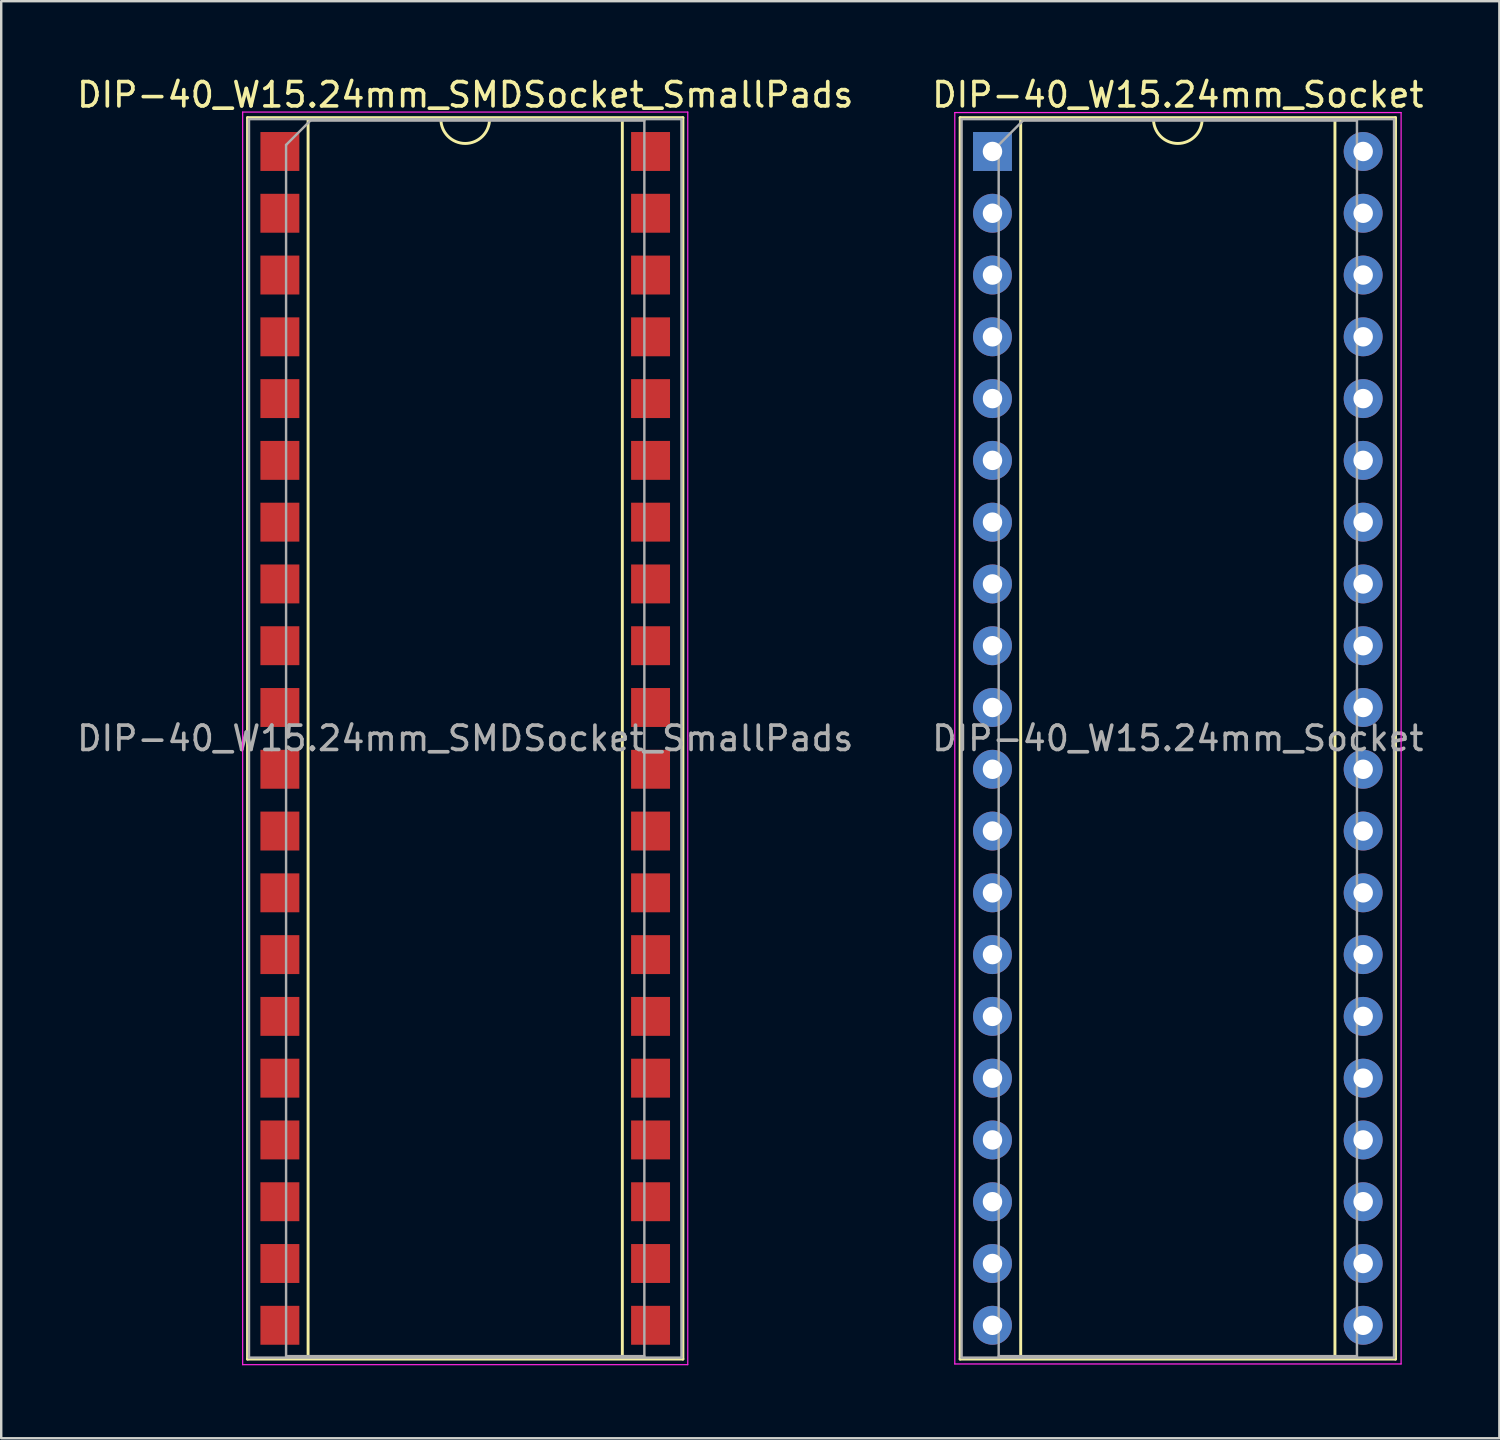
<source format=kicad_pcb>
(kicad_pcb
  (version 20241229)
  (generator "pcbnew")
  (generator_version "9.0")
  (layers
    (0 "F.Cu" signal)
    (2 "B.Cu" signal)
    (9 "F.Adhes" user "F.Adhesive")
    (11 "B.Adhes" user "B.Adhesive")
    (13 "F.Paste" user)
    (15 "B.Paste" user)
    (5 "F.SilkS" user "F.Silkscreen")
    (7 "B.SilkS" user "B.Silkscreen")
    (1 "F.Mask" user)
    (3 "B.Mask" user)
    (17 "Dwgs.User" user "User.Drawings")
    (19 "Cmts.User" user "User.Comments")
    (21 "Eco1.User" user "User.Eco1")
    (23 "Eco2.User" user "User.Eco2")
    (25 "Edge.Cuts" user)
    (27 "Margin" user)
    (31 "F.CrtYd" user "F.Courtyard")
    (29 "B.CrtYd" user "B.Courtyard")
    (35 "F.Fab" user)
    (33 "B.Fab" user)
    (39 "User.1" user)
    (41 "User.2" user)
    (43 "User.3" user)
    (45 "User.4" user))
  (footprint "DIP-40_W15.24mm_SMDSocket_SmallPads"
    (layer "F.Cu")
    (at 16.077 27.308)
    (property "Reference" "DIP-40_W15.24mm_SMDSocket_SmallPads" (at 0 -26.46 0) (layer "F.SilkS") (effects (font (size 1 1) (thickness 0.15))))
    (attr smd)
    (fp_line (start -8.95 -25.52) (end -8.95 25.52) (stroke (width 0.12) (type solid)) (layer "F.SilkS"))
    (fp_line (start -8.95 25.52) (end 8.95 25.52) (stroke (width 0.12) (type solid)) (layer "F.SilkS"))
    (fp_line (start -6.46 -25.46) (end -6.46 25.46) (stroke (width 0.12) (type solid)) (layer "F.SilkS"))
    (fp_line (start -6.46 25.46) (end 6.46 25.46) (stroke (width 0.12) (type solid)) (layer "F.SilkS"))
    (fp_line (start -1 -25.46) (end -6.46 -25.46) (stroke (width 0.12) (type solid)) (layer "F.SilkS"))
    (fp_line (start 6.46 -25.46) (end 1 -25.46) (stroke (width 0.12) (type solid)) (layer "F.SilkS"))
    (fp_line (start 6.46 25.46) (end 6.46 -25.46) (stroke (width 0.12) (type solid)) (layer "F.SilkS"))
    (fp_line (start 8.95 -25.52) (end -8.95 -25.52) (stroke (width 0.12) (type solid)) (layer "F.SilkS"))
    (fp_line (start 8.95 25.52) (end 8.95 -25.52) (stroke (width 0.12) (type solid)) (layer "F.SilkS"))
    (fp_arc (start 1 -25.46) (mid 0 -24.46) (end -1 -25.46) (stroke (width 0.12) (type solid)) (layer "F.SilkS"))
    (fp_line (start -9.15 -25.75) (end -9.15 25.75) (stroke (width 0.05) (type solid)) (layer "F.CrtYd"))
    (fp_line (start -9.15 25.75) (end 9.15 25.75) (stroke (width 0.05) (type solid)) (layer "F.CrtYd"))
    (fp_line (start 9.15 -25.75) (end -9.15 -25.75) (stroke (width 0.05) (type solid)) (layer "F.CrtYd"))
    (fp_line (start 9.15 25.75) (end 9.15 -25.75) (stroke (width 0.05) (type solid)) (layer "F.CrtYd"))
    (fp_line (start -8.89 -25.46) (end -8.89 25.46) (stroke (width 0.1) (type solid)) (layer "F.Fab"))
    (fp_line (start -8.89 25.46) (end 8.89 25.46) (stroke (width 0.1) (type solid)) (layer "F.Fab"))
    (fp_line (start -7.365 -24.4) (end -6.365 -25.4) (stroke (width 0.1) (type solid)) (layer "F.Fab"))
    (fp_line (start -7.365 25.4) (end -7.365 -24.4) (stroke (width 0.1) (type solid)) (layer "F.Fab"))
    (fp_line (start -6.365 -25.4) (end 7.365 -25.4) (stroke (width 0.1) (type solid)) (layer "F.Fab"))
    (fp_line (start 7.365 -25.4) (end 7.365 25.4) (stroke (width 0.1) (type solid)) (layer "F.Fab"))
    (fp_line (start 7.365 25.4) (end -7.365 25.4) (stroke (width 0.1) (type solid)) (layer "F.Fab"))
    (fp_line (start 8.89 -25.46) (end -8.89 -25.46) (stroke (width 0.1) (type solid)) (layer "F.Fab"))
    (fp_line (start 8.89 25.46) (end 8.89 -25.46) (stroke (width 0.1) (type solid)) (layer "F.Fab"))
    (fp_text user "${REFERENCE}" (at 0 0 0) (layer "F.Fab") (effects (font (size 1 1) (thickness 0.15))))
    (pad "1" smd rect (at -7.62 -24.13) (size 1.6 1.6) (layers "F.Cu" "F.Mask" "F.Paste"))
    (pad "2" smd rect (at -7.62 -21.59) (size 1.6 1.6) (layers "F.Cu" "F.Mask" "F.Paste"))
    (pad "3" smd rect (at -7.62 -19.05) (size 1.6 1.6) (layers "F.Cu" "F.Mask" "F.Paste"))
    (pad "4" smd rect (at -7.62 -16.51) (size 1.6 1.6) (layers "F.Cu" "F.Mask" "F.Paste"))
    (pad "5" smd rect (at -7.62 -13.97) (size 1.6 1.6) (layers "F.Cu" "F.Mask" "F.Paste"))
    (pad "6" smd rect (at -7.62 -11.43) (size 1.6 1.6) (layers "F.Cu" "F.Mask" "F.Paste"))
    (pad "7" smd rect (at -7.62 -8.89) (size 1.6 1.6) (layers "F.Cu" "F.Mask" "F.Paste"))
    (pad "8" smd rect (at -7.62 -6.35) (size 1.6 1.6) (layers "F.Cu" "F.Mask" "F.Paste"))
    (pad "9" smd rect (at -7.62 -3.81) (size 1.6 1.6) (layers "F.Cu" "F.Mask" "F.Paste"))
    (pad "10" smd rect (at -7.62 -1.27) (size 1.6 1.6) (layers "F.Cu" "F.Mask" "F.Paste"))
    (pad "11" smd rect (at -7.62 1.27) (size 1.6 1.6) (layers "F.Cu" "F.Mask" "F.Paste"))
    (pad "12" smd rect (at -7.62 3.81) (size 1.6 1.6) (layers "F.Cu" "F.Mask" "F.Paste"))
    (pad "13" smd rect (at -7.62 6.35) (size 1.6 1.6) (layers "F.Cu" "F.Mask" "F.Paste"))
    (pad "14" smd rect (at -7.62 8.89) (size 1.6 1.6) (layers "F.Cu" "F.Mask" "F.Paste"))
    (pad "15" smd rect (at -7.62 11.43) (size 1.6 1.6) (layers "F.Cu" "F.Mask" "F.Paste"))
    (pad "16" smd rect (at -7.62 13.97) (size 1.6 1.6) (layers "F.Cu" "F.Mask" "F.Paste"))
    (pad "17" smd rect (at -7.62 16.51) (size 1.6 1.6) (layers "F.Cu" "F.Mask" "F.Paste"))
    (pad "18" smd rect (at -7.62 19.05) (size 1.6 1.6) (layers "F.Cu" "F.Mask" "F.Paste"))
    (pad "19" smd rect (at -7.62 21.59) (size 1.6 1.6) (layers "F.Cu" "F.Mask" "F.Paste"))
    (pad "20" smd rect (at -7.62 24.13) (size 1.6 1.6) (layers "F.Cu" "F.Mask" "F.Paste"))
    (pad "21" smd rect (at 7.62 24.13) (size 1.6 1.6) (layers "F.Cu" "F.Mask" "F.Paste"))
    (pad "22" smd rect (at 7.62 21.59) (size 1.6 1.6) (layers "F.Cu" "F.Mask" "F.Paste"))
    (pad "23" smd rect (at 7.62 19.05) (size 1.6 1.6) (layers "F.Cu" "F.Mask" "F.Paste"))
    (pad "24" smd rect (at 7.62 16.51) (size 1.6 1.6) (layers "F.Cu" "F.Mask" "F.Paste"))
    (pad "25" smd rect (at 7.62 13.97) (size 1.6 1.6) (layers "F.Cu" "F.Mask" "F.Paste"))
    (pad "26" smd rect (at 7.62 11.43) (size 1.6 1.6) (layers "F.Cu" "F.Mask" "F.Paste"))
    (pad "27" smd rect (at 7.62 8.89) (size 1.6 1.6) (layers "F.Cu" "F.Mask" "F.Paste"))
    (pad "28" smd rect (at 7.62 6.35) (size 1.6 1.6) (layers "F.Cu" "F.Mask" "F.Paste"))
    (pad "29" smd rect (at 7.62 3.81) (size 1.6 1.6) (layers "F.Cu" "F.Mask" "F.Paste"))
    (pad "30" smd rect (at 7.62 1.27) (size 1.6 1.6) (layers "F.Cu" "F.Mask" "F.Paste"))
    (pad "31" smd rect (at 7.62 -1.27) (size 1.6 1.6) (layers "F.Cu" "F.Mask" "F.Paste"))
    (pad "32" smd rect (at 7.62 -3.81) (size 1.6 1.6) (layers "F.Cu" "F.Mask" "F.Paste"))
    (pad "33" smd rect (at 7.62 -6.35) (size 1.6 1.6) (layers "F.Cu" "F.Mask" "F.Paste"))
    (pad "34" smd rect (at 7.62 -8.89) (size 1.6 1.6) (layers "F.Cu" "F.Mask" "F.Paste"))
    (pad "35" smd rect (at 7.62 -11.43) (size 1.6 1.6) (layers "F.Cu" "F.Mask" "F.Paste"))
    (pad "36" smd rect (at 7.62 -13.97) (size 1.6 1.6) (layers "F.Cu" "F.Mask" "F.Paste"))
    (pad "37" smd rect (at 7.62 -16.51) (size 1.6 1.6) (layers "F.Cu" "F.Mask" "F.Paste"))
    (pad "38" smd rect (at 7.62 -19.05) (size 1.6 1.6) (layers "F.Cu" "F.Mask" "F.Paste"))
    (pad "39" smd rect (at 7.62 -21.59) (size 1.6 1.6) (layers "F.Cu" "F.Mask" "F.Paste"))
    (pad "40" smd rect (at 7.62 -24.13) (size 1.6 1.6) (layers "F.Cu" "F.Mask" "F.Paste")))
  (footprint "DIP-40_W15.24mm_Socket"
    (layer "F.Cu")
    (at 37.755 3.178)
    (property "Reference" "DIP-40_W15.24mm_Socket" (at 7.62 -2.33 0) (layer "F.SilkS") (effects (font (size 1 1) (thickness 0.15))))
    (attr through_hole)
    (fp_line (start -1.33 -1.39) (end -1.33 49.65) (stroke (width 0.12) (type solid)) (layer "F.SilkS"))
    (fp_line (start -1.33 49.65) (end 16.57 49.65) (stroke (width 0.12) (type solid)) (layer "F.SilkS"))
    (fp_line (start 1.16 -1.33) (end 1.16 49.59) (stroke (width 0.12) (type solid)) (layer "F.SilkS"))
    (fp_line (start 1.16 49.59) (end 14.08 49.59) (stroke (width 0.12) (type solid)) (layer "F.SilkS"))
    (fp_line (start 6.62 -1.33) (end 1.16 -1.33) (stroke (width 0.12) (type solid)) (layer "F.SilkS"))
    (fp_line (start 14.08 -1.33) (end 8.62 -1.33) (stroke (width 0.12) (type solid)) (layer "F.SilkS"))
    (fp_line (start 14.08 49.59) (end 14.08 -1.33) (stroke (width 0.12) (type solid)) (layer "F.SilkS"))
    (fp_line (start 16.57 -1.39) (end -1.33 -1.39) (stroke (width 0.12) (type solid)) (layer "F.SilkS"))
    (fp_line (start 16.57 49.65) (end 16.57 -1.39) (stroke (width 0.12) (type solid)) (layer "F.SilkS"))
    (fp_arc (start 8.62 -1.33) (mid 7.62 -0.33) (end 6.62 -1.33) (stroke (width 0.12) (type solid)) (layer "F.SilkS"))
    (fp_line (start -1.55 -1.6) (end -1.55 49.85) (stroke (width 0.05) (type solid)) (layer "F.CrtYd"))
    (fp_line (start -1.55 49.85) (end 16.8 49.85) (stroke (width 0.05) (type solid)) (layer "F.CrtYd"))
    (fp_line (start 16.8 -1.6) (end -1.55 -1.6) (stroke (width 0.05) (type solid)) (layer "F.CrtYd"))
    (fp_line (start 16.8 49.85) (end 16.8 -1.6) (stroke (width 0.05) (type solid)) (layer "F.CrtYd"))
    (fp_line (start -1.27 -1.33) (end -1.27 49.59) (stroke (width 0.1) (type solid)) (layer "F.Fab"))
    (fp_line (start -1.27 49.59) (end 16.51 49.59) (stroke (width 0.1) (type solid)) (layer "F.Fab"))
    (fp_line (start 0.255 -0.27) (end 1.255 -1.27) (stroke (width 0.1) (type solid)) (layer "F.Fab"))
    (fp_line (start 0.255 49.53) (end 0.255 -0.27) (stroke (width 0.1) (type solid)) (layer "F.Fab"))
    (fp_line (start 1.255 -1.27) (end 14.985 -1.27) (stroke (width 0.1) (type solid)) (layer "F.Fab"))
    (fp_line (start 14.985 -1.27) (end 14.985 49.53) (stroke (width 0.1) (type solid)) (layer "F.Fab"))
    (fp_line (start 14.985 49.53) (end 0.255 49.53) (stroke (width 0.1) (type solid)) (layer "F.Fab"))
    (fp_line (start 16.51 -1.33) (end -1.27 -1.33) (stroke (width 0.1) (type solid)) (layer "F.Fab"))
    (fp_line (start 16.51 49.59) (end 16.51 -1.33) (stroke (width 0.1) (type solid)) (layer "F.Fab"))
    (fp_text user "${REFERENCE}" (at 7.62 24.13 0) (layer "F.Fab") (effects (font (size 1 1) (thickness 0.15))))
    (pad "1" thru_hole rect (at 0 0) (size 1.6 1.6) (drill 0.8) (layers "*.Cu" "*.Mask"))
    (pad "2" thru_hole oval (at 0 2.54) (size 1.6 1.6) (drill 0.8) (layers "*.Cu" "*.Mask"))
    (pad "3" thru_hole oval (at 0 5.08) (size 1.6 1.6) (drill 0.8) (layers "*.Cu" "*.Mask"))
    (pad "4" thru_hole oval (at 0 7.62) (size 1.6 1.6) (drill 0.8) (layers "*.Cu" "*.Mask"))
    (pad "5" thru_hole oval (at 0 10.16) (size 1.6 1.6) (drill 0.8) (layers "*.Cu" "*.Mask"))
    (pad "6" thru_hole oval (at 0 12.7) (size 1.6 1.6) (drill 0.8) (layers "*.Cu" "*.Mask"))
    (pad "7" thru_hole oval (at 0 15.24) (size 1.6 1.6) (drill 0.8) (layers "*.Cu" "*.Mask"))
    (pad "8" thru_hole oval (at 0 17.78) (size 1.6 1.6) (drill 0.8) (layers "*.Cu" "*.Mask"))
    (pad "9" thru_hole oval (at 0 20.32) (size 1.6 1.6) (drill 0.8) (layers "*.Cu" "*.Mask"))
    (pad "10" thru_hole oval (at 0 22.86) (size 1.6 1.6) (drill 0.8) (layers "*.Cu" "*.Mask"))
    (pad "11" thru_hole oval (at 0 25.4) (size 1.6 1.6) (drill 0.8) (layers "*.Cu" "*.Mask"))
    (pad "12" thru_hole oval (at 0 27.94) (size 1.6 1.6) (drill 0.8) (layers "*.Cu" "*.Mask"))
    (pad "13" thru_hole oval (at 0 30.48) (size 1.6 1.6) (drill 0.8) (layers "*.Cu" "*.Mask"))
    (pad "14" thru_hole oval (at 0 33.02) (size 1.6 1.6) (drill 0.8) (layers "*.Cu" "*.Mask"))
    (pad "15" thru_hole oval (at 0 35.56) (size 1.6 1.6) (drill 0.8) (layers "*.Cu" "*.Mask"))
    (pad "16" thru_hole oval (at 0 38.1) (size 1.6 1.6) (drill 0.8) (layers "*.Cu" "*.Mask"))
    (pad "17" thru_hole oval (at 0 40.64) (size 1.6 1.6) (drill 0.8) (layers "*.Cu" "*.Mask"))
    (pad "18" thru_hole oval (at 0 43.18) (size 1.6 1.6) (drill 0.8) (layers "*.Cu" "*.Mask"))
    (pad "19" thru_hole oval (at 0 45.72) (size 1.6 1.6) (drill 0.8) (layers "*.Cu" "*.Mask"))
    (pad "20" thru_hole oval (at 0 48.26) (size 1.6 1.6) (drill 0.8) (layers "*.Cu" "*.Mask"))
    (pad "21" thru_hole oval (at 15.24 48.26) (size 1.6 1.6) (drill 0.8) (layers "*.Cu" "*.Mask"))
    (pad "22" thru_hole oval (at 15.24 45.72) (size 1.6 1.6) (drill 0.8) (layers "*.Cu" "*.Mask"))
    (pad "23" thru_hole oval (at 15.24 43.18) (size 1.6 1.6) (drill 0.8) (layers "*.Cu" "*.Mask"))
    (pad "24" thru_hole oval (at 15.24 40.64) (size 1.6 1.6) (drill 0.8) (layers "*.Cu" "*.Mask"))
    (pad "25" thru_hole oval (at 15.24 38.1) (size 1.6 1.6) (drill 0.8) (layers "*.Cu" "*.Mask"))
    (pad "26" thru_hole oval (at 15.24 35.56) (size 1.6 1.6) (drill 0.8) (layers "*.Cu" "*.Mask"))
    (pad "27" thru_hole oval (at 15.24 33.02) (size 1.6 1.6) (drill 0.8) (layers "*.Cu" "*.Mask"))
    (pad "28" thru_hole oval (at 15.24 30.48) (size 1.6 1.6) (drill 0.8) (layers "*.Cu" "*.Mask"))
    (pad "29" thru_hole oval (at 15.24 27.94) (size 1.6 1.6) (drill 0.8) (layers "*.Cu" "*.Mask"))
    (pad "30" thru_hole oval (at 15.24 25.4) (size 1.6 1.6) (drill 0.8) (layers "*.Cu" "*.Mask"))
    (pad "31" thru_hole oval (at 15.24 22.86) (size 1.6 1.6) (drill 0.8) (layers "*.Cu" "*.Mask"))
    (pad "32" thru_hole oval (at 15.24 20.32) (size 1.6 1.6) (drill 0.8) (layers "*.Cu" "*.Mask"))
    (pad "33" thru_hole oval (at 15.24 17.78) (size 1.6 1.6) (drill 0.8) (layers "*.Cu" "*.Mask"))
    (pad "34" thru_hole oval (at 15.24 15.24) (size 1.6 1.6) (drill 0.8) (layers "*.Cu" "*.Mask"))
    (pad "35" thru_hole oval (at 15.24 12.7) (size 1.6 1.6) (drill 0.8) (layers "*.Cu" "*.Mask"))
    (pad "36" thru_hole oval (at 15.24 10.16) (size 1.6 1.6) (drill 0.8) (layers "*.Cu" "*.Mask"))
    (pad "37" thru_hole oval (at 15.24 7.62) (size 1.6 1.6) (drill 0.8) (layers "*.Cu" "*.Mask"))
    (pad "38" thru_hole oval (at 15.24 5.08) (size 1.6 1.6) (drill 0.8) (layers "*.Cu" "*.Mask"))
    (pad "39" thru_hole oval (at 15.24 2.54) (size 1.6 1.6) (drill 0.8) (layers "*.Cu" "*.Mask"))
    (pad "40" thru_hole oval (at 15.24 0) (size 1.6 1.6) (drill 0.8) (layers "*.Cu" "*.Mask")))
  (gr_rect
    (start -3 -3)
    (end 58.595 56.083)
    (stroke (width 0.1) (type default))
    (fill no)
    (layer "Edge.Cuts")))
</source>
